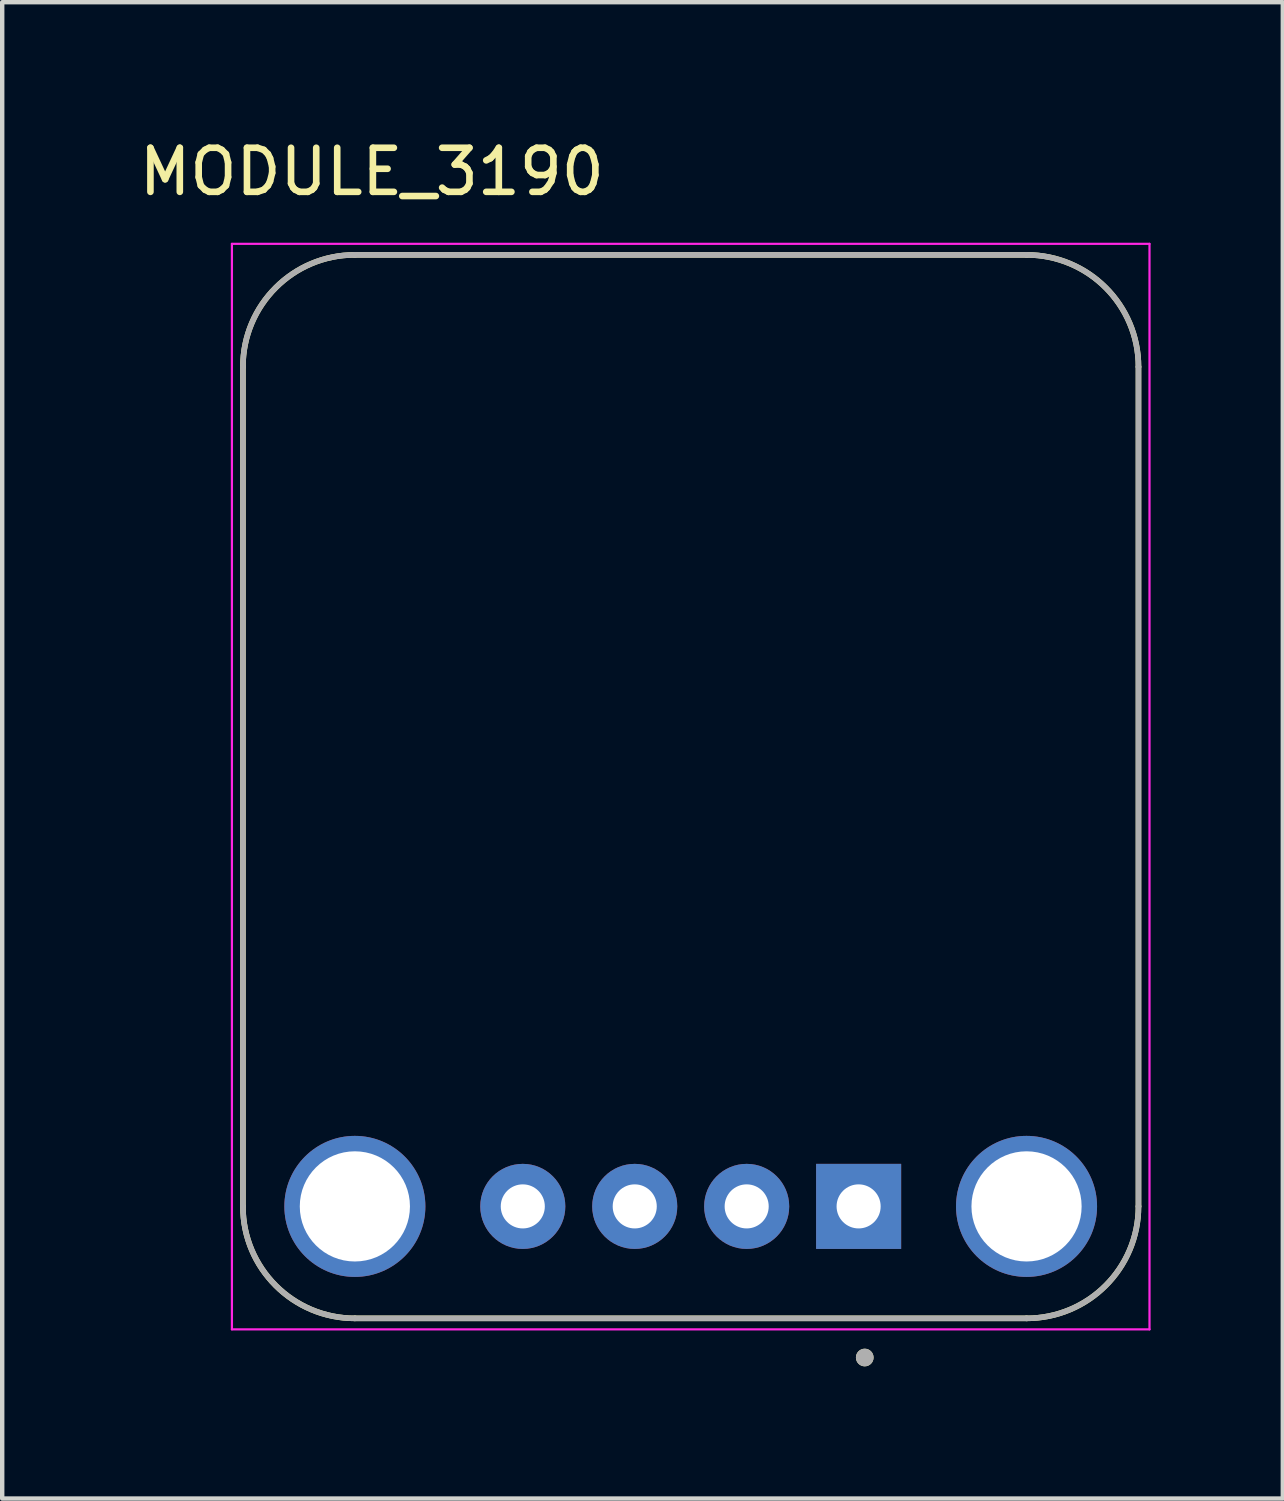
<source format=kicad_pcb>
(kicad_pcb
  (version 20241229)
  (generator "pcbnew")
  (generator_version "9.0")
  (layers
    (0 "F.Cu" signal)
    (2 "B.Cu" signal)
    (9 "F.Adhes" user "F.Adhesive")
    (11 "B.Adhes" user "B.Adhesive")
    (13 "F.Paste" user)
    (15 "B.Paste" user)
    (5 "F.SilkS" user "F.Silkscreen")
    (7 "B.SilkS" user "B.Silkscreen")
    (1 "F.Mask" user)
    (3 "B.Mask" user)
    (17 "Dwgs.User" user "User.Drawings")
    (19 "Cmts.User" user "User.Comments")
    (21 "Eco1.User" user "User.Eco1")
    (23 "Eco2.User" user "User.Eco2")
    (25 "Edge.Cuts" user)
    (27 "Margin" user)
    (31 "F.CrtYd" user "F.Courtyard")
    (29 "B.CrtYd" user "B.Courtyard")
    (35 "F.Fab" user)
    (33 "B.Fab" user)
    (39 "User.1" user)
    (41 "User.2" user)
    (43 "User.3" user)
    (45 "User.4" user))
  (footprint "MODULE_3190"
    (layer "F.Cu")
    (at 12.622 14.798)
    (property "Reference" "MODULE_3190" (at -7.235 -13.95 0) (layer "F.SilkS") (effects (font (size 1 1) (thickness 0.15))))
    (attr through_hole)
    (fp_line (start -10.16 9.525) (end -10.16 -9.525) (stroke (width 0.127) (type solid)) (layer "F.SilkS"))
    (fp_line (start -7.62 -12.065) (end 7.62 -12.065) (stroke (width 0.127) (type solid)) (layer "F.SilkS"))
    (fp_line (start 7.62 12.065) (end -7.62 12.065) (stroke (width 0.127) (type solid)) (layer "F.SilkS"))
    (fp_line (start 10.16 -9.525) (end 10.16 9.525) (stroke (width 0.127) (type solid)) (layer "F.SilkS"))
    (fp_arc (start -10.16 -9.525) (mid -9.416051 -11.321051) (end -7.62 -12.065) (stroke (width 0.127) (type solid)) (layer "F.SilkS"))
    (fp_arc (start -7.62 12.065) (mid -9.416051 11.321051) (end -10.16 9.525) (stroke (width 0.127) (type solid)) (layer "F.SilkS"))
    (fp_arc (start 7.62 -12.065) (mid 9.416051 -11.321051) (end 10.16 -9.525) (stroke (width 0.127) (type solid)) (layer "F.SilkS"))
    (fp_arc (start 10.16 9.525) (mid 9.416051 11.321051) (end 7.62 12.065) (stroke (width 0.127) (type solid)) (layer "F.SilkS"))
    (fp_circle (center 3.949 12.954) (end 4.049 12.954) (stroke (width 0.2) (type solid)) (fill no) (layer "F.SilkS"))
    (fp_line (start -10.41 -12.315) (end -10.41 12.315) (stroke (width 0.05) (type solid)) (layer "F.CrtYd"))
    (fp_line (start -10.41 12.315) (end 10.41 12.315) (stroke (width 0.05) (type solid)) (layer "F.CrtYd"))
    (fp_line (start 10.41 -12.315) (end -10.41 -12.315) (stroke (width 0.05) (type solid)) (layer "F.CrtYd"))
    (fp_line (start 10.41 12.315) (end 10.41 -12.315) (stroke (width 0.05) (type solid)) (layer "F.CrtYd"))
    (fp_line (start -10.16 9.525) (end -10.16 -9.525) (stroke (width 0.127) (type solid)) (layer "F.Fab"))
    (fp_line (start -7.62 -12.065) (end 7.62 -12.065) (stroke (width 0.127) (type solid)) (layer "F.Fab"))
    (fp_line (start 7.62 12.065) (end -7.62 12.065) (stroke (width 0.127) (type solid)) (layer "F.Fab"))
    (fp_line (start 10.16 -9.525) (end 10.16 9.525) (stroke (width 0.127) (type solid)) (layer "F.Fab"))
    (fp_arc (start -10.16 -9.525) (mid -9.416051 -11.321051) (end -7.62 -12.065) (stroke (width 0.127) (type solid)) (layer "F.Fab"))
    (fp_arc (start -7.62 12.065) (mid -9.416051 11.321051) (end -10.16 9.525) (stroke (width 0.127) (type solid)) (layer "F.Fab"))
    (fp_arc (start 7.62 -12.065) (mid 9.416051 -11.321051) (end 10.16 -9.525) (stroke (width 0.127) (type solid)) (layer "F.Fab"))
    (fp_arc (start 10.16 9.525) (mid 9.416051 11.321051) (end 7.62 12.065) (stroke (width 0.127) (type solid)) (layer "F.Fab"))
    (fp_circle (center 3.949 12.954) (end 4.049 12.954) (stroke (width 0.2) (type solid)) (fill no) (layer "F.Fab"))
    (pad "1" thru_hole rect (at 3.81 9.525) (size 1.93 1.93) (drill 1) (layers "*.Cu" "*.Mask"))
    (pad "2" thru_hole circle (at 1.27 9.525) (size 1.93 1.93) (drill 1) (layers "*.Cu" "*.Mask"))
    (pad "3" thru_hole circle (at -1.27 9.525) (size 1.93 1.93) (drill 1) (layers "*.Cu" "*.Mask"))
    (pad "4" thru_hole circle (at -3.81 9.525) (size 1.93 1.93) (drill 1) (layers "*.Cu" "*.Mask"))
    (pad "S1" thru_hole circle (at -7.62 9.525) (size 3.2 3.2) (drill 2.5) (layers "*.Cu" "*.Mask"))
    (pad "S2" thru_hole circle (at 7.62 9.525) (size 3.2 3.2) (drill 2.5) (layers "*.Cu" "*.Mask")))
  (gr_rect
    (start -3 -3)
    (end 26.057 30.952)
    (stroke (width 0.1) (type default))
    (fill no)
    (layer "Edge.Cuts")))
</source>
